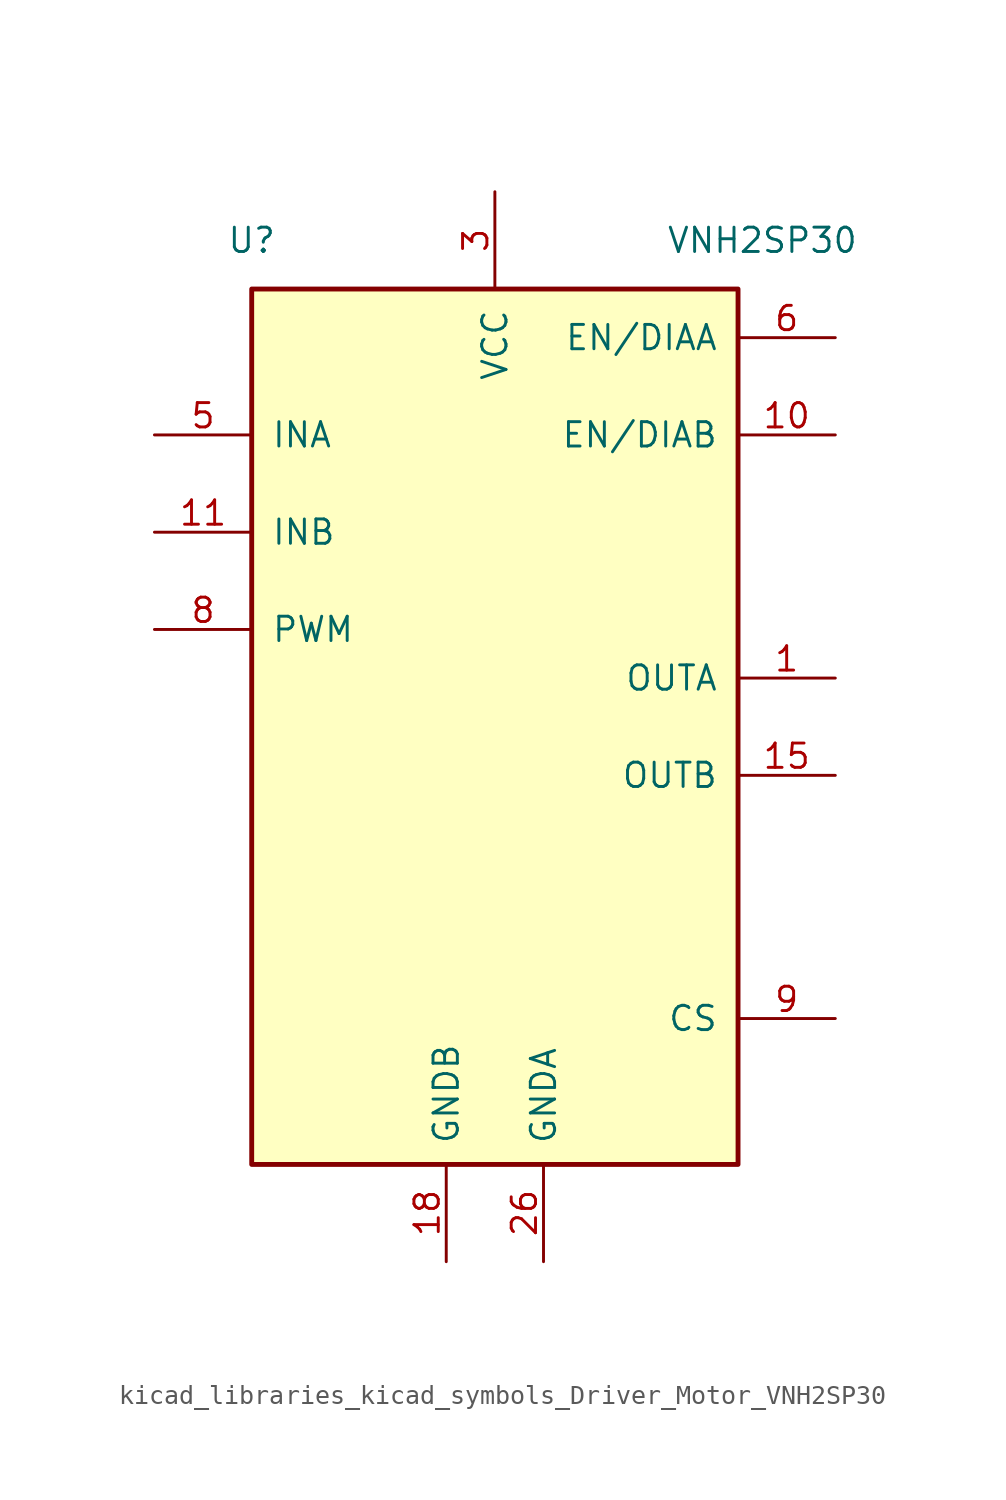
<source format=kicad_sym>
(kicad_symbol_lib
  (version 20220914)
  (generator kicad_symbol_editor)
  (symbol "kicad_libraries_kicad_symbols_Driver_Motor_VNH2SP30"
    (pin_names
      (offset 1.016))
    (property "Reference" "U"
      (at -12.7 25.4 0)
      (effects (font (size 1.27 1.27))))
    (property "Value" "VNH2SP30"
      (at 13.97 25.4 0)
      (effects (font (size 1.27 1.27))))
    (symbol "kicad_libraries_kicad_symbols_Driver_Motor_VNH2SP30_1_1"
      (rectangle (start -12.7 22.86) (end 12.7 -22.86) (stroke (width 0.254) (type default)) (fill (type background)))
      (pin output line (at 17.78 2.54 180) (length 5.08) (name "OUTA" (effects (font (size 1.27 1.27)))) (number "1" (effects (font (size 1.27 1.27)))))
      (pin output line (at 17.78 15.24 180) (length 5.08) (name "EN/DIAB" (effects (font (size 1.27 1.27)))) (number "10" (effects (font (size 1.27 1.27)))))
      (pin input line (at -17.78 10.16 0) (length 5.08) (name "INB" (effects (font (size 1.27 1.27)))) (number "11" (effects (font (size 1.27 1.27)))))
      (pin no_connect line (at -12.7 -7.62 0) (length 5.08) hide (name "NC" (effects (font (size 1.27 1.27)))) (number "12" (effects (font (size 1.27 1.27)))))
      (pin passive line (at 0 27.94 270) (length 5.08) hide (name "VCC" (effects (font (size 1.27 1.27)))) (number "13" (effects (font (size 1.27 1.27)))))
      (pin no_connect line (at -12.7 -10.16 0) (length 5.08) hide (name "NC" (effects (font (size 1.27 1.27)))) (number "14" (effects (font (size 1.27 1.27)))))
      (pin output line (at 17.78 -2.54 180) (length 5.08) (name "OUTB" (effects (font (size 1.27 1.27)))) (number "15" (effects (font (size 1.27 1.27)))))
      (pin passive line (at 17.78 -2.54 180) (length 5.08) hide (name "OUTB" (effects (font (size 1.27 1.27)))) (number "16" (effects (font (size 1.27 1.27)))))
      (pin no_connect line (at -12.7 -20.32 0) (length 5.08) hide (name "NC" (effects (font (size 1.27 1.27)))) (number "17" (effects (font (size 1.27 1.27)))))
      (pin power_in line (at -2.54 -27.94 90) (length 5.08) (name "GNDB" (effects (font (size 1.27 1.27)))) (number "18" (effects (font (size 1.27 1.27)))))
      (pin passive line (at -2.54 -27.94 90) (length 5.08) hide (name "GNDB" (effects (font (size 1.27 1.27)))) (number "19" (effects (font (size 1.27 1.27)))))
      (pin no_connect line (at -12.7 0 0) (length 5.08) hide (name "NC" (effects (font (size 1.27 1.27)))) (number "2" (effects (font (size 1.27 1.27)))))
      (pin passive line (at -2.54 -27.94 90) (length 5.08) hide (name "GNDB" (effects (font (size 1.27 1.27)))) (number "20" (effects (font (size 1.27 1.27)))))
      (pin passive line (at 17.78 -2.54 180) (length 5.08) hide (name "OUTB" (effects (font (size 1.27 1.27)))) (number "21" (effects (font (size 1.27 1.27)))))
      (pin no_connect line (at -12.7 -17.78 0) (length 5.08) hide (name "NC" (effects (font (size 1.27 1.27)))) (number "22" (effects (font (size 1.27 1.27)))))
      (pin passive line (at 0 27.94 270) (length 5.08) hide (name "VCC" (effects (font (size 1.27 1.27)))) (number "23" (effects (font (size 1.27 1.27)))))
      (pin no_connect line (at -12.7 -15.24 0) (length 5.08) hide (name "NC" (effects (font (size 1.27 1.27)))) (number "24" (effects (font (size 1.27 1.27)))))
      (pin passive line (at 17.78 2.54 180) (length 5.08) hide (name "OUTA" (effects (font (size 1.27 1.27)))) (number "25" (effects (font (size 1.27 1.27)))))
      (pin power_in line (at 2.54 -27.94 90) (length 5.08) (name "GNDA" (effects (font (size 1.27 1.27)))) (number "26" (effects (font (size 1.27 1.27)))))
      (pin passive line (at 2.54 -27.94 90) (length 5.08) hide (name "GNDA" (effects (font (size 1.27 1.27)))) (number "27" (effects (font (size 1.27 1.27)))))
      (pin passive line (at 2.54 -27.94 90) (length 5.08) hide (name "GNDA" (effects (font (size 1.27 1.27)))) (number "28" (effects (font (size 1.27 1.27)))))
      (pin no_connect line (at -12.7 -12.7 0) (length 5.08) hide (name "NC" (effects (font (size 1.27 1.27)))) (number "29" (effects (font (size 1.27 1.27)))))
      (pin power_in line (at 0 27.94 270) (length 5.08) (name "VCC" (effects (font (size 1.27 1.27)))) (number "3" (effects (font (size 1.27 1.27)))))
      (pin passive line (at 17.78 2.54 180) (length 5.08) hide (name "OUTA" (effects (font (size 1.27 1.27)))) (number "30" (effects (font (size 1.27 1.27)))))
      (pin passive line (at 0 27.94 270) (length 5.08) hide (name "VCC" (effects (font (size 1.27 1.27)))) (number "31" (effects (font (size 1.27 1.27)))))
      (pin passive line (at 17.78 -2.54 180) (length 5.08) hide (name "OUTB" (effects (font (size 1.27 1.27)))) (number "32" (effects (font (size 1.27 1.27)))))
      (pin passive line (at 17.78 2.54 180) (length 5.08) hide (name "OUTA" (effects (font (size 1.27 1.27)))) (number "33" (effects (font (size 1.27 1.27)))))
      (pin no_connect line (at -12.7 -2.54 0) (length 5.08) hide (name "NC" (effects (font (size 1.27 1.27)))) (number "4" (effects (font (size 1.27 1.27)))))
      (pin input line (at -17.78 15.24 0) (length 5.08) (name "INA" (effects (font (size 1.27 1.27)))) (number "5" (effects (font (size 1.27 1.27)))))
      (pin output line (at 17.78 20.32 180) (length 5.08) (name "EN/DIAA" (effects (font (size 1.27 1.27)))) (number "6" (effects (font (size 1.27 1.27)))))
      (pin no_connect line (at -12.7 -5.08 0) (length 5.08) hide (name "NC" (effects (font (size 1.27 1.27)))) (number "7" (effects (font (size 1.27 1.27)))))
      (pin input line (at -17.78 5.08 0) (length 5.08) (name "PWM" (effects (font (size 1.27 1.27)))) (number "8" (effects (font (size 1.27 1.27)))))
      (pin output line (at 17.78 -15.24 180) (length 5.08) (name "CS" (effects (font (size 1.27 1.27)))) (number "9" (effects (font (size 1.27 1.27))))))))
</source>
